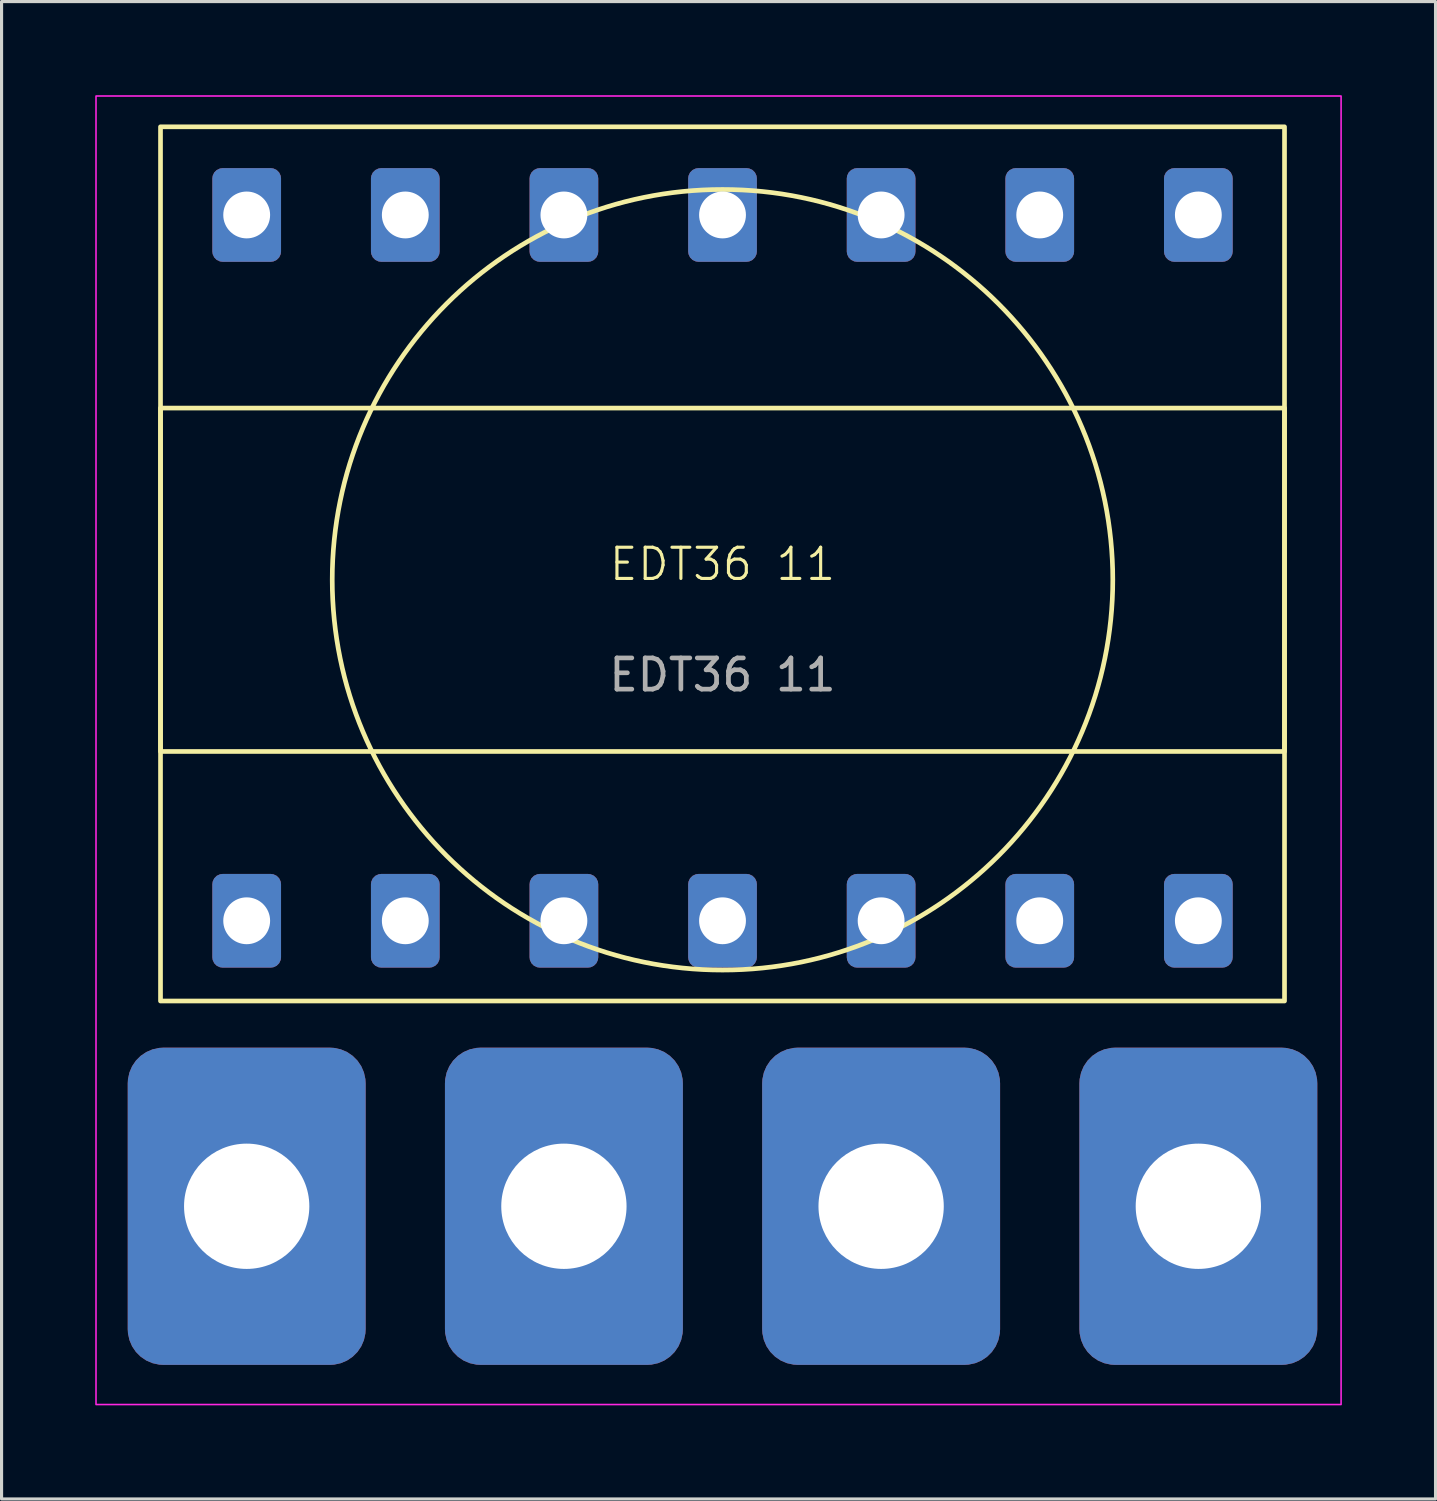
<source format=kicad_pcb>
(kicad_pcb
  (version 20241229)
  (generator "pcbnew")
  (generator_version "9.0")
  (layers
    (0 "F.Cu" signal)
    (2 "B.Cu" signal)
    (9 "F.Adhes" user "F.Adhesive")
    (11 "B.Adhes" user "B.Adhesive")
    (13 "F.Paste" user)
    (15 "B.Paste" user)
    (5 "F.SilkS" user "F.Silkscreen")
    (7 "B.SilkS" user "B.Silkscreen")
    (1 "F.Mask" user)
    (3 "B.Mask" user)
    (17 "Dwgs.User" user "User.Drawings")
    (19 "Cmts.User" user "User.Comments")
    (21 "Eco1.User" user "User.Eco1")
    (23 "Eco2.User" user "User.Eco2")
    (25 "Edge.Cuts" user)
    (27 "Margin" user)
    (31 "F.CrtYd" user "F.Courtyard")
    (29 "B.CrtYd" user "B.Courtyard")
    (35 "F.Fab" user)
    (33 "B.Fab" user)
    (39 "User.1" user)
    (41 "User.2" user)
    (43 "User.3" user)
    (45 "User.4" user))
  (footprint "EDT36 11"
    (layer "F.Cu")
    (at 20.091 15.011)
    (property "Reference" "EDT36 11" (at 0 0.008 0) (unlocked yes) (layer "F.SilkS") (effects (font (size 1 1) (thickness 0.1))))
    (attr smd)
    (fp_rect (start -18 -14) (end 18 14) (stroke (width 0.15) (type solid)) (fill no) (layer "F.SilkS"))
    (fp_rect (start -18 -4.992) (end 18 6.008) (stroke (width 0.15) (type solid)) (fill no) (layer "F.SilkS"))
    (fp_circle (center 0 0.508) (end 12.5 0.508) (stroke (width 0.15) (type solid)) (fill no) (layer "F.SilkS"))
    (fp_rect (start -20.066 -14.986) (end 19.812 26.924) (stroke (width 0.05) (type default)) (fill no) (layer "F.CrtYd"))
    (fp_text user "${REFERENCE}" (at 0 3.556 0) (unlocked yes) (layer "F.Fab") (effects (font (size 1 1) (thickness 0.15))))
    (pad "1" thru_hole roundrect (at -15.24 20.574) (size 7.62 10.16) (drill 4.013) (layers "*.Cu" "*.Mask") (roundrect_rratio 0.15))
    (pad "2" thru_hole roundrect (at -5.08 20.574) (size 7.62 10.16) (drill 4.013) (layers "*.Cu" "*.Mask") (roundrect_rratio 0.15))
    (pad "3" thru_hole roundrect (at 5.08 20.574) (size 7.62 10.16) (drill 4.013) (layers "*.Cu" "*.Mask") (roundrect_rratio 0.15))
    (pad "4" thru_hole roundrect (at 15.24 20.574) (size 7.62 10.16) (drill 4.013) (layers "*.Cu" "*.Mask") (roundrect_rratio 0.15))
    (pad "5" thru_hole roundrect (at -15.24 -11.176 90) (size 3 2.2) (drill 1.5) (layers "*.Cu" "*.Mask") (roundrect_rratio 0.15))
    (pad "6" thru_hole roundrect (at 5.08 -11.176 90) (size 3 2.2) (drill 1.5) (layers "*.Cu" "*.Mask") (roundrect_rratio 0.15))
    (pad "7" thru_hole roundrect (at -15.24 11.43 90) (size 3 2.2) (drill 1.5) (layers "*.Cu" "*.Mask") (roundrect_rratio 0.15))
    (pad "7" thru_hole roundrect (at -10.16 -11.176 90) (size 3 2.2) (drill 1.5) (layers "*.Cu" "*.Mask") (roundrect_rratio 0.15))
    (pad "7" thru_hole roundrect (at -10.16 11.43 90) (size 3 2.2) (drill 1.5) (layers "*.Cu" "*.Mask") (roundrect_rratio 0.15))
    (pad "7" thru_hole roundrect (at -5.08 -11.176 90) (size 3 2.2) (drill 1.5) (layers "*.Cu" "*.Mask") (roundrect_rratio 0.15))
    (pad "7" thru_hole roundrect (at -5.08 11.43 90) (size 3 2.2) (drill 1.5) (layers "*.Cu" "*.Mask") (roundrect_rratio 0.15))
    (pad "7" thru_hole roundrect (at 0 -11.176 90) (size 3 2.2) (drill 1.5) (layers "*.Cu" "*.Mask") (roundrect_rratio 0.15))
    (pad "7" thru_hole roundrect (at 0 11.43 90) (size 3 2.2) (drill 1.5) (layers "*.Cu" "*.Mask") (roundrect_rratio 0.15))
    (pad "7" thru_hole roundrect (at 5.08 11.43 90) (size 3 2.2) (drill 1.5) (layers "*.Cu" "*.Mask") (roundrect_rratio 0.15))
    (pad "7" thru_hole roundrect (at 10.16 -11.176 90) (size 3 2.2) (drill 1.5) (layers "*.Cu" "*.Mask") (roundrect_rratio 0.15))
    (pad "7" thru_hole roundrect (at 10.16 11.43 90) (size 3 2.2) (drill 1.5) (layers "*.Cu" "*.Mask") (roundrect_rratio 0.15))
    (pad "7" thru_hole roundrect (at 15.24 -11.176 90) (size 3 2.2) (drill 1.5) (layers "*.Cu" "*.Mask") (roundrect_rratio 0.15))
    (pad "7" thru_hole roundrect (at 15.24 11.43 90) (size 3 2.2) (drill 1.5) (layers "*.Cu" "*.Mask") (roundrect_rratio 0.15)))
  (gr_rect
    (start -3 -3)
    (end 42.928 44.96)
    (stroke (width 0.1) (type default))
    (fill no)
    (layer "Edge.Cuts")))
</source>
